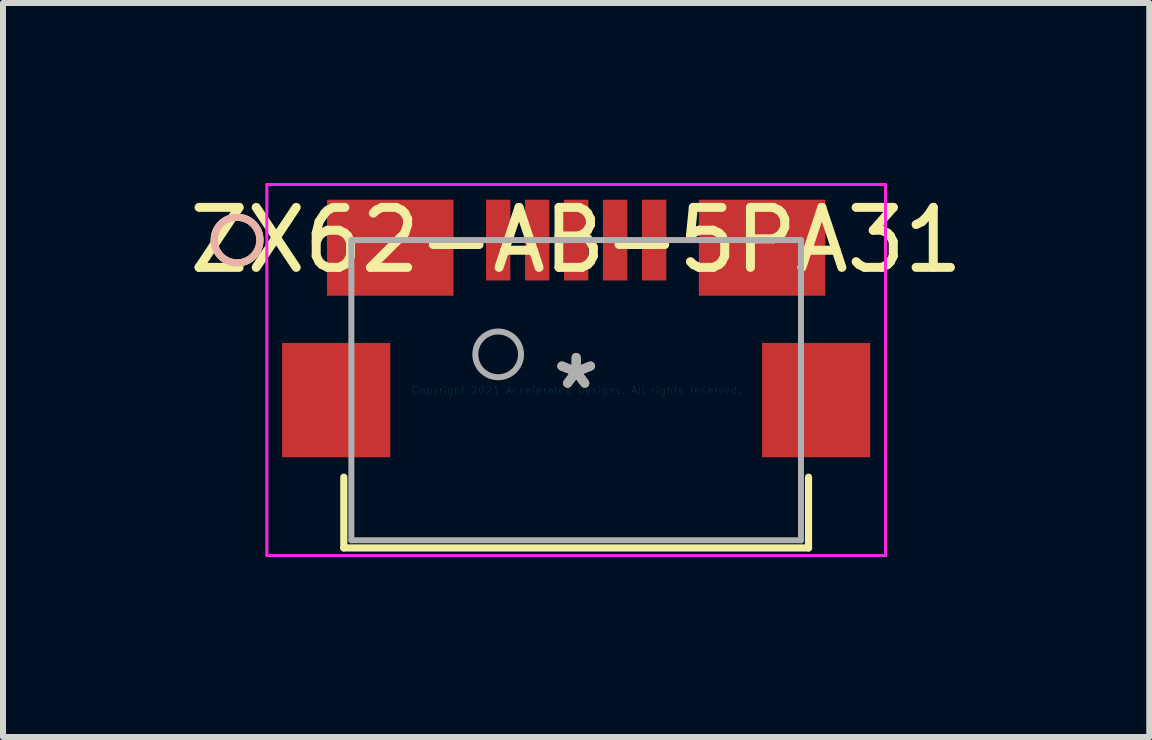
<source format=kicad_pcb>
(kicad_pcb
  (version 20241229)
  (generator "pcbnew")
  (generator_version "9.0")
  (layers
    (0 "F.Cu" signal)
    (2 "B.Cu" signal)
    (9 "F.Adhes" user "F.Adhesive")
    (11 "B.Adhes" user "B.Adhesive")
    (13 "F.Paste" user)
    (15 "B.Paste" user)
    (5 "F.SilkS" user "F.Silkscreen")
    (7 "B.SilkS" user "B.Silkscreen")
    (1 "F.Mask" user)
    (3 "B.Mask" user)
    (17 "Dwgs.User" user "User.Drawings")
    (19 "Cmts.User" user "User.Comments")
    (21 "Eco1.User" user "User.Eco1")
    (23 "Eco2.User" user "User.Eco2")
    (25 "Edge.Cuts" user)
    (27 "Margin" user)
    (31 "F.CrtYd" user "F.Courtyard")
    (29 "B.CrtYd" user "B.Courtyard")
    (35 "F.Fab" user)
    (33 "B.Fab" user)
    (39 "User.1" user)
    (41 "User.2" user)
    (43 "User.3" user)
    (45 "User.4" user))
  (footprint "ZX62-AB-5PA31"
    (layer "F.Cu")
    (at 6.554 3.454)
    (property "Reference" "ZX62-AB-5PA31" (at 0 -2.502 0) (layer "F.SilkS") (effects (font (size 1 1) (thickness 0.15))))
    (attr through_hole)
    (fp_line (start -3.873 1.45) (end -3.873 2.629) (stroke (width 0.12) (type solid)) (layer "F.SilkS"))
    (fp_line (start -3.873 2.629) (end 3.873 2.629) (stroke (width 0.12) (type solid)) (layer "F.SilkS"))
    (fp_line (start 3.873 2.629) (end 3.873 1.45) (stroke (width 0.12) (type solid)) (layer "F.SilkS"))
    (fp_circle (center -5.652 -2.502) (end -5.271 -2.502) (stroke (width 0.12) (type solid)) (fill no) (layer "F.SilkS"))
    (fp_circle (center -5.652 -2.502) (end -5.271 -2.502) (stroke (width 0.12) (type solid)) (fill no) (layer "B.SilkS"))
    (fp_line (start -5.156 -3.429) (end -5.156 2.756) (stroke (width 0.05) (type solid)) (layer "F.CrtYd"))
    (fp_line (start -5.156 2.756) (end 5.156 2.756) (stroke (width 0.05) (type solid)) (layer "F.CrtYd"))
    (fp_line (start 5.156 -3.429) (end -5.156 -3.429) (stroke (width 0.05) (type solid)) (layer "F.CrtYd"))
    (fp_line (start 5.156 2.756) (end 5.156 -3.429) (stroke (width 0.05) (type solid)) (layer "F.CrtYd"))
    (fp_line (start -3.747 -2.502) (end -3.747 2.502) (stroke (width 0.1) (type solid)) (layer "F.Fab"))
    (fp_line (start -3.747 2.502) (end 3.747 2.502) (stroke (width 0.1) (type solid)) (layer "F.Fab"))
    (fp_line (start 3.747 -2.502) (end -3.747 -2.502) (stroke (width 0.1) (type solid)) (layer "F.Fab"))
    (fp_line (start 3.747 2.502) (end 3.747 -2.502) (stroke (width 0.1) (type solid)) (layer "F.Fab"))
    (fp_circle (center -1.3 -0.597) (end -0.919 -0.597) (stroke (width 0.1) (type solid)) (fill no) (layer "F.Fab"))
    (fp_text user "*" (at 0 0 0) (layer "F.SilkS") (effects (font (size 1 1) (thickness 0.15))))
    (fp_text user "Copyright 2021 Accelerated Designs. All rights reserved." (at 0 0 0) (layer "Cmts.User") (effects (font (size 0.127 0.127) (thickness 0.002))))
    (fp_text user "*" (at 0 0 0) (layer "F.Fab") (effects (font (size 1 1) (thickness 0.15))))
    (pad "1" smd rect (at -1.3 -2.502) (size 0.406 1.346) (layers "F.Cu" "F.Mask" "F.Paste"))
    (pad "2" smd rect (at -0.65 -2.502) (size 0.406 1.346) (layers "F.Cu" "F.Mask" "F.Paste"))
    (pad "3" smd rect (at 0 -2.502) (size 0.406 1.346) (layers "F.Cu" "F.Mask" "F.Paste"))
    (pad "4" smd rect (at 0.65 -2.502) (size 0.406 1.346) (layers "F.Cu" "F.Mask" "F.Paste"))
    (pad "5" smd rect (at 1.3 -2.502) (size 0.406 1.346) (layers "F.Cu" "F.Mask" "F.Paste"))
    (pad "6" smd rect (at -3.099 -2.375) (size 2.108 1.6) (layers "F.Cu" "F.Mask" "F.Paste"))
    (pad "7" smd rect (at 3.099 -2.375) (size 2.108 1.6) (layers "F.Cu" "F.Mask" "F.Paste"))
    (pad "8" smd rect (at -4 0.165) (size 1.803 1.905) (layers "F.Cu" "F.Mask" "F.Paste"))
    (pad "9" smd rect (at 4 0.165) (size 1.803 1.905) (layers "F.Cu" "F.Mask" "F.Paste")))
  (gr_rect
    (start -3 -3)
    (end 16.107 9.235)
    (stroke (width 0.1) (type default))
    (fill no)
    (layer "Edge.Cuts")))
</source>
